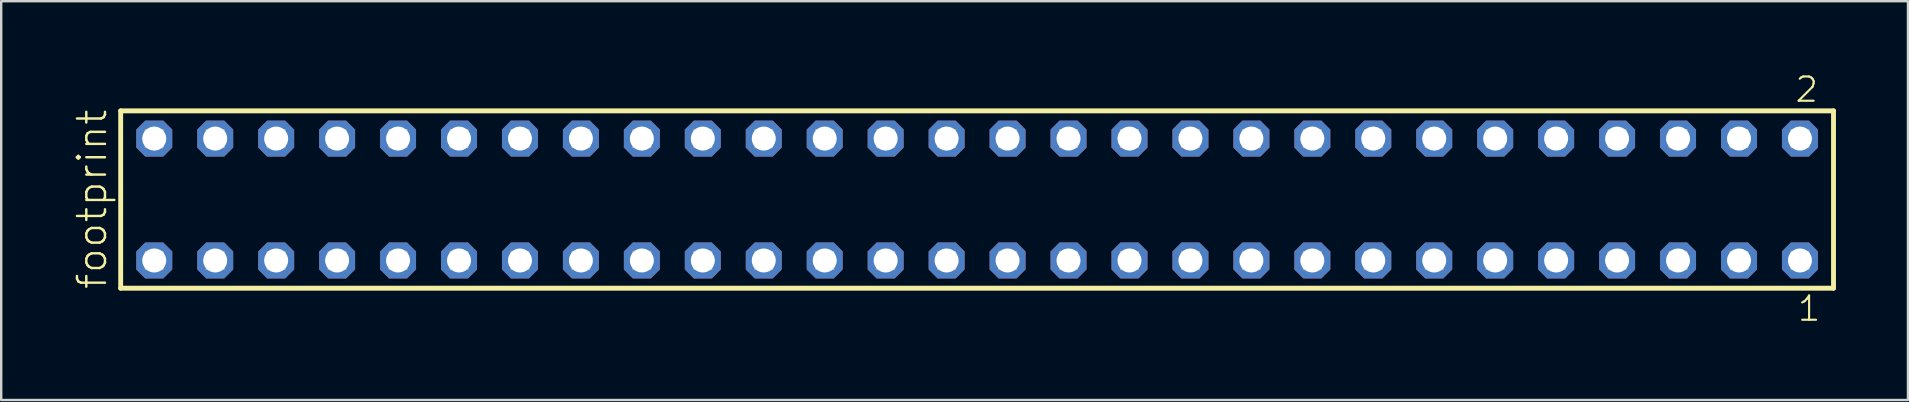
<source format=kicad_pcb>
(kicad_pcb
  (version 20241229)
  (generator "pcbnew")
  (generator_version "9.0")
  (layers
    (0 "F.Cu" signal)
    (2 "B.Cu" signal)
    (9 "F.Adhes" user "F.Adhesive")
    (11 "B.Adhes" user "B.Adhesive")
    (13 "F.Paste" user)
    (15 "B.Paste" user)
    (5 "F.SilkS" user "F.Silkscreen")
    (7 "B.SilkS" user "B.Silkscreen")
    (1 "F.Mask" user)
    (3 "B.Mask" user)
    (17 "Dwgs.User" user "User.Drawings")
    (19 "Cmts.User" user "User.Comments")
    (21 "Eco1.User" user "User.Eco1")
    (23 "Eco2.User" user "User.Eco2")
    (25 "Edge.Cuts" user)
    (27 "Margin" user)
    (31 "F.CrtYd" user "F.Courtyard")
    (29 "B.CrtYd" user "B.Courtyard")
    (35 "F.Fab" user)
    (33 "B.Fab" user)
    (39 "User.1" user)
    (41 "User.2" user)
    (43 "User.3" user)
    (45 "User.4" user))
  (footprint "footprint"
    (layer "F.Cu")
    (at 37.668 5.265)
    (property "Reference" "footprint" (at -36.195 3.81 90) (layer "F.SilkS") (effects (font (size 1.168 1.168) (thickness 0.102)) (justify left bottom)))
    (fp_line (start -35.689 -3.695) (end 35.689 -3.695) (stroke (width 0.203) (type solid)) (layer "F.SilkS"))
    (fp_line (start -35.689 3.695) (end -35.689 -3.695) (stroke (width 0.203) (type solid)) (layer "F.SilkS"))
    (fp_line (start 35.689 -3.695) (end 35.689 3.695) (stroke (width 0.203) (type solid)) (layer "F.SilkS"))
    (fp_line (start 35.689 3.695) (end -35.689 3.695) (stroke (width 0.203) (type solid)) (layer "F.SilkS"))
    (fp_poly (pts (xy -34.64 -2.19) (xy -33.94 -2.19) (xy -33.94 -2.89) (xy -34.64 -2.89)) (stroke (width 0.1) (type solid)) (fill no) (layer "F.Fab"))
    (fp_poly (pts (xy -34.64 2.89) (xy -33.94 2.89) (xy -33.94 2.19) (xy -34.64 2.19)) (stroke (width 0.1) (type solid)) (fill no) (layer "F.Fab"))
    (fp_poly (pts (xy -32.1 -2.19) (xy -31.4 -2.19) (xy -31.4 -2.89) (xy -32.1 -2.89)) (stroke (width 0.1) (type solid)) (fill no) (layer "F.Fab"))
    (fp_poly (pts (xy -32.1 2.89) (xy -31.4 2.89) (xy -31.4 2.19) (xy -32.1 2.19)) (stroke (width 0.1) (type solid)) (fill no) (layer "F.Fab"))
    (fp_poly (pts (xy -29.56 -2.19) (xy -28.86 -2.19) (xy -28.86 -2.89) (xy -29.56 -2.89)) (stroke (width 0.1) (type solid)) (fill no) (layer "F.Fab"))
    (fp_poly (pts (xy -29.56 2.89) (xy -28.86 2.89) (xy -28.86 2.19) (xy -29.56 2.19)) (stroke (width 0.1) (type solid)) (fill no) (layer "F.Fab"))
    (fp_poly (pts (xy -27.02 -2.19) (xy -26.32 -2.19) (xy -26.32 -2.89) (xy -27.02 -2.89)) (stroke (width 0.1) (type solid)) (fill no) (layer "F.Fab"))
    (fp_poly (pts (xy -27.02 2.89) (xy -26.32 2.89) (xy -26.32 2.19) (xy -27.02 2.19)) (stroke (width 0.1) (type solid)) (fill no) (layer "F.Fab"))
    (fp_poly (pts (xy -24.48 -2.19) (xy -23.78 -2.19) (xy -23.78 -2.89) (xy -24.48 -2.89)) (stroke (width 0.1) (type solid)) (fill no) (layer "F.Fab"))
    (fp_poly (pts (xy -24.48 2.89) (xy -23.78 2.89) (xy -23.78 2.19) (xy -24.48 2.19)) (stroke (width 0.1) (type solid)) (fill no) (layer "F.Fab"))
    (fp_poly (pts (xy -21.94 -2.19) (xy -21.24 -2.19) (xy -21.24 -2.89) (xy -21.94 -2.89)) (stroke (width 0.1) (type solid)) (fill no) (layer "F.Fab"))
    (fp_poly (pts (xy -21.94 2.89) (xy -21.24 2.89) (xy -21.24 2.19) (xy -21.94 2.19)) (stroke (width 0.1) (type solid)) (fill no) (layer "F.Fab"))
    (fp_poly (pts (xy -19.4 -2.19) (xy -18.7 -2.19) (xy -18.7 -2.89) (xy -19.4 -2.89)) (stroke (width 0.1) (type solid)) (fill no) (layer "F.Fab"))
    (fp_poly (pts (xy -19.4 2.89) (xy -18.7 2.89) (xy -18.7 2.19) (xy -19.4 2.19)) (stroke (width 0.1) (type solid)) (fill no) (layer "F.Fab"))
    (fp_poly (pts (xy -16.86 -2.19) (xy -16.16 -2.19) (xy -16.16 -2.89) (xy -16.86 -2.89)) (stroke (width 0.1) (type solid)) (fill no) (layer "F.Fab"))
    (fp_poly (pts (xy -16.86 2.89) (xy -16.16 2.89) (xy -16.16 2.19) (xy -16.86 2.19)) (stroke (width 0.1) (type solid)) (fill no) (layer "F.Fab"))
    (fp_poly (pts (xy -14.32 -2.19) (xy -13.62 -2.19) (xy -13.62 -2.89) (xy -14.32 -2.89)) (stroke (width 0.1) (type solid)) (fill no) (layer "F.Fab"))
    (fp_poly (pts (xy -14.32 2.89) (xy -13.62 2.89) (xy -13.62 2.19) (xy -14.32 2.19)) (stroke (width 0.1) (type solid)) (fill no) (layer "F.Fab"))
    (fp_poly (pts (xy -11.78 -2.19) (xy -11.08 -2.19) (xy -11.08 -2.89) (xy -11.78 -2.89)) (stroke (width 0.1) (type solid)) (fill no) (layer "F.Fab"))
    (fp_poly (pts (xy -11.78 2.89) (xy -11.08 2.89) (xy -11.08 2.19) (xy -11.78 2.19)) (stroke (width 0.1) (type solid)) (fill no) (layer "F.Fab"))
    (fp_poly (pts (xy -9.24 -2.19) (xy -8.54 -2.19) (xy -8.54 -2.89) (xy -9.24 -2.89)) (stroke (width 0.1) (type solid)) (fill no) (layer "F.Fab"))
    (fp_poly (pts (xy -9.24 2.89) (xy -8.54 2.89) (xy -8.54 2.19) (xy -9.24 2.19)) (stroke (width 0.1) (type solid)) (fill no) (layer "F.Fab"))
    (fp_poly (pts (xy -6.7 -2.19) (xy -6 -2.19) (xy -6 -2.89) (xy -6.7 -2.89)) (stroke (width 0.1) (type solid)) (fill no) (layer "F.Fab"))
    (fp_poly (pts (xy -6.7 2.89) (xy -6 2.89) (xy -6 2.19) (xy -6.7 2.19)) (stroke (width 0.1) (type solid)) (fill no) (layer "F.Fab"))
    (fp_poly (pts (xy -4.16 -2.19) (xy -3.46 -2.19) (xy -3.46 -2.89) (xy -4.16 -2.89)) (stroke (width 0.1) (type solid)) (fill no) (layer "F.Fab"))
    (fp_poly (pts (xy -4.16 2.89) (xy -3.46 2.89) (xy -3.46 2.19) (xy -4.16 2.19)) (stroke (width 0.1) (type solid)) (fill no) (layer "F.Fab"))
    (fp_poly (pts (xy -1.62 -2.19) (xy -0.92 -2.19) (xy -0.92 -2.89) (xy -1.62 -2.89)) (stroke (width 0.1) (type solid)) (fill no) (layer "F.Fab"))
    (fp_poly (pts (xy -1.62 2.89) (xy -0.92 2.89) (xy -0.92 2.19) (xy -1.62 2.19)) (stroke (width 0.1) (type solid)) (fill no) (layer "F.Fab"))
    (fp_poly (pts (xy 0.92 -2.19) (xy 1.62 -2.19) (xy 1.62 -2.89) (xy 0.92 -2.89)) (stroke (width 0.1) (type solid)) (fill no) (layer "F.Fab"))
    (fp_poly (pts (xy 0.92 2.89) (xy 1.62 2.89) (xy 1.62 2.19) (xy 0.92 2.19)) (stroke (width 0.1) (type solid)) (fill no) (layer "F.Fab"))
    (fp_poly (pts (xy 3.46 -2.19) (xy 4.16 -2.19) (xy 4.16 -2.89) (xy 3.46 -2.89)) (stroke (width 0.1) (type solid)) (fill no) (layer "F.Fab"))
    (fp_poly (pts (xy 3.46 2.89) (xy 4.16 2.89) (xy 4.16 2.19) (xy 3.46 2.19)) (stroke (width 0.1) (type solid)) (fill no) (layer "F.Fab"))
    (fp_poly (pts (xy 6 -2.19) (xy 6.7 -2.19) (xy 6.7 -2.89) (xy 6 -2.89)) (stroke (width 0.1) (type solid)) (fill no) (layer "F.Fab"))
    (fp_poly (pts (xy 6 2.89) (xy 6.7 2.89) (xy 6.7 2.19) (xy 6 2.19)) (stroke (width 0.1) (type solid)) (fill no) (layer "F.Fab"))
    (fp_poly (pts (xy 8.54 -2.19) (xy 9.24 -2.19) (xy 9.24 -2.89) (xy 8.54 -2.89)) (stroke (width 0.1) (type solid)) (fill no) (layer "F.Fab"))
    (fp_poly (pts (xy 8.54 2.89) (xy 9.24 2.89) (xy 9.24 2.19) (xy 8.54 2.19)) (stroke (width 0.1) (type solid)) (fill no) (layer "F.Fab"))
    (fp_poly (pts (xy 11.08 -2.19) (xy 11.78 -2.19) (xy 11.78 -2.89) (xy 11.08 -2.89)) (stroke (width 0.1) (type solid)) (fill no) (layer "F.Fab"))
    (fp_poly (pts (xy 11.08 2.89) (xy 11.78 2.89) (xy 11.78 2.19) (xy 11.08 2.19)) (stroke (width 0.1) (type solid)) (fill no) (layer "F.Fab"))
    (fp_poly (pts (xy 13.62 -2.19) (xy 14.32 -2.19) (xy 14.32 -2.89) (xy 13.62 -2.89)) (stroke (width 0.1) (type solid)) (fill no) (layer "F.Fab"))
    (fp_poly (pts (xy 13.62 2.89) (xy 14.32 2.89) (xy 14.32 2.19) (xy 13.62 2.19)) (stroke (width 0.1) (type solid)) (fill no) (layer "F.Fab"))
    (fp_poly (pts (xy 16.16 -2.19) (xy 16.86 -2.19) (xy 16.86 -2.89) (xy 16.16 -2.89)) (stroke (width 0.1) (type solid)) (fill no) (layer "F.Fab"))
    (fp_poly (pts (xy 16.16 2.89) (xy 16.86 2.89) (xy 16.86 2.19) (xy 16.16 2.19)) (stroke (width 0.1) (type solid)) (fill no) (layer "F.Fab"))
    (fp_poly (pts (xy 18.7 -2.19) (xy 19.4 -2.19) (xy 19.4 -2.89) (xy 18.7 -2.89)) (stroke (width 0.1) (type solid)) (fill no) (layer "F.Fab"))
    (fp_poly (pts (xy 18.7 2.89) (xy 19.4 2.89) (xy 19.4 2.19) (xy 18.7 2.19)) (stroke (width 0.1) (type solid)) (fill no) (layer "F.Fab"))
    (fp_poly (pts (xy 21.24 -2.19) (xy 21.94 -2.19) (xy 21.94 -2.89) (xy 21.24 -2.89)) (stroke (width 0.1) (type solid)) (fill no) (layer "F.Fab"))
    (fp_poly (pts (xy 21.24 2.89) (xy 21.94 2.89) (xy 21.94 2.19) (xy 21.24 2.19)) (stroke (width 0.1) (type solid)) (fill no) (layer "F.Fab"))
    (fp_poly (pts (xy 23.78 -2.19) (xy 24.48 -2.19) (xy 24.48 -2.89) (xy 23.78 -2.89)) (stroke (width 0.1) (type solid)) (fill no) (layer "F.Fab"))
    (fp_poly (pts (xy 23.78 2.89) (xy 24.48 2.89) (xy 24.48 2.19) (xy 23.78 2.19)) (stroke (width 0.1) (type solid)) (fill no) (layer "F.Fab"))
    (fp_poly (pts (xy 26.32 -2.19) (xy 27.02 -2.19) (xy 27.02 -2.89) (xy 26.32 -2.89)) (stroke (width 0.1) (type solid)) (fill no) (layer "F.Fab"))
    (fp_poly (pts (xy 26.32 2.89) (xy 27.02 2.89) (xy 27.02 2.19) (xy 26.32 2.19)) (stroke (width 0.1) (type solid)) (fill no) (layer "F.Fab"))
    (fp_poly (pts (xy 28.86 -2.19) (xy 29.56 -2.19) (xy 29.56 -2.89) (xy 28.86 -2.89)) (stroke (width 0.1) (type solid)) (fill no) (layer "F.Fab"))
    (fp_poly (pts (xy 28.86 2.89) (xy 29.56 2.89) (xy 29.56 2.19) (xy 28.86 2.19)) (stroke (width 0.1) (type solid)) (fill no) (layer "F.Fab"))
    (fp_poly (pts (xy 31.4 -2.19) (xy 32.1 -2.19) (xy 32.1 -2.89) (xy 31.4 -2.89)) (stroke (width 0.1) (type solid)) (fill no) (layer "F.Fab"))
    (fp_poly (pts (xy 31.4 2.89) (xy 32.1 2.89) (xy 32.1 2.19) (xy 31.4 2.19)) (stroke (width 0.1) (type solid)) (fill no) (layer "F.Fab"))
    (fp_poly (pts (xy 33.94 -2.19) (xy 34.64 -2.19) (xy 34.64 -2.89) (xy 33.94 -2.89)) (stroke (width 0.1) (type solid)) (fill no) (layer "F.Fab"))
    (fp_poly (pts (xy 33.94 2.89) (xy 34.64 2.89) (xy 34.64 2.19) (xy 33.94 2.19)) (stroke (width 0.1) (type solid)) (fill no) (layer "F.Fab"))
    (fp_text user "1" (at 34.132 5.138 0) (layer "F.SilkS") (effects (font (size 1.012 1.012) (thickness 0.088)) (justify left bottom)))
    (fp_text user "2" (at 34.032 -3.989 0) (layer "F.SilkS") (effects (font (size 1.012 1.012) (thickness 0.088)) (justify left bottom)))
    (pad "1" thru_hole roundrect (at 34.29 2.54 180) (size 1.5 1.5) (drill 1) (layers "*.Cu" "*.Mask") (roundrect_rratio 0.25) (chamfer_ratio 0.25) (chamfer top_left top_right bottom_left bottom_right))
    (pad "2" thru_hole roundrect (at 34.29 -2.54 180) (size 1.5 1.5) (drill 1) (layers "*.Cu" "*.Mask") (roundrect_rratio 0.25) (chamfer_ratio 0.25) (chamfer top_left top_right bottom_left bottom_right))
    (pad "3" thru_hole roundrect (at 31.75 2.54 180) (size 1.5 1.5) (drill 1) (layers "*.Cu" "*.Mask") (roundrect_rratio 0.25) (chamfer_ratio 0.25) (chamfer top_left top_right bottom_left bottom_right))
    (pad "4" thru_hole roundrect (at 31.75 -2.54 180) (size 1.5 1.5) (drill 1) (layers "*.Cu" "*.Mask") (roundrect_rratio 0.25) (chamfer_ratio 0.25) (chamfer top_left top_right bottom_left bottom_right))
    (pad "5" thru_hole roundrect (at 29.21 2.54 180) (size 1.5 1.5) (drill 1) (layers "*.Cu" "*.Mask") (roundrect_rratio 0.25) (chamfer_ratio 0.25) (chamfer top_left top_right bottom_left bottom_right))
    (pad "6" thru_hole roundrect (at 29.21 -2.54 180) (size 1.5 1.5) (drill 1) (layers "*.Cu" "*.Mask") (roundrect_rratio 0.25) (chamfer_ratio 0.25) (chamfer top_left top_right bottom_left bottom_right))
    (pad "7" thru_hole roundrect (at 26.67 2.54 180) (size 1.5 1.5) (drill 1) (layers "*.Cu" "*.Mask") (roundrect_rratio 0.25) (chamfer_ratio 0.25) (chamfer top_left top_right bottom_left bottom_right))
    (pad "8" thru_hole roundrect (at 26.67 -2.54 180) (size 1.5 1.5) (drill 1) (layers "*.Cu" "*.Mask") (roundrect_rratio 0.25) (chamfer_ratio 0.25) (chamfer top_left top_right bottom_left bottom_right))
    (pad "9" thru_hole roundrect (at 24.13 2.54 180) (size 1.5 1.5) (drill 1) (layers "*.Cu" "*.Mask") (roundrect_rratio 0.25) (chamfer_ratio 0.25) (chamfer top_left top_right bottom_left bottom_right))
    (pad "10" thru_hole roundrect (at 24.13 -2.54 180) (size 1.5 1.5) (drill 1) (layers "*.Cu" "*.Mask") (roundrect_rratio 0.25) (chamfer_ratio 0.25) (chamfer top_left top_right bottom_left bottom_right))
    (pad "11" thru_hole roundrect (at 21.59 2.54 180) (size 1.5 1.5) (drill 1) (layers "*.Cu" "*.Mask") (roundrect_rratio 0.25) (chamfer_ratio 0.25) (chamfer top_left top_right bottom_left bottom_right))
    (pad "12" thru_hole roundrect (at 21.59 -2.54 180) (size 1.5 1.5) (drill 1) (layers "*.Cu" "*.Mask") (roundrect_rratio 0.25) (chamfer_ratio 0.25) (chamfer top_left top_right bottom_left bottom_right))
    (pad "13" thru_hole roundrect (at 19.05 2.54 180) (size 1.5 1.5) (drill 1) (layers "*.Cu" "*.Mask") (roundrect_rratio 0.25) (chamfer_ratio 0.25) (chamfer top_left top_right bottom_left bottom_right))
    (pad "14" thru_hole roundrect (at 19.05 -2.54 180) (size 1.5 1.5) (drill 1) (layers "*.Cu" "*.Mask") (roundrect_rratio 0.25) (chamfer_ratio 0.25) (chamfer top_left top_right bottom_left bottom_right))
    (pad "15" thru_hole roundrect (at 16.51 2.54 180) (size 1.5 1.5) (drill 1) (layers "*.Cu" "*.Mask") (roundrect_rratio 0.25) (chamfer_ratio 0.25) (chamfer top_left top_right bottom_left bottom_right))
    (pad "16" thru_hole roundrect (at 16.51 -2.54 180) (size 1.5 1.5) (drill 1) (layers "*.Cu" "*.Mask") (roundrect_rratio 0.25) (chamfer_ratio 0.25) (chamfer top_left top_right bottom_left bottom_right))
    (pad "17" thru_hole roundrect (at 13.97 2.54 180) (size 1.5 1.5) (drill 1) (layers "*.Cu" "*.Mask") (roundrect_rratio 0.25) (chamfer_ratio 0.25) (chamfer top_left top_right bottom_left bottom_right))
    (pad "18" thru_hole roundrect (at 13.97 -2.54 180) (size 1.5 1.5) (drill 1) (layers "*.Cu" "*.Mask") (roundrect_rratio 0.25) (chamfer_ratio 0.25) (chamfer top_left top_right bottom_left bottom_right))
    (pad "19" thru_hole roundrect (at 11.43 2.54 180) (size 1.5 1.5) (drill 1) (layers "*.Cu" "*.Mask") (roundrect_rratio 0.25) (chamfer_ratio 0.25) (chamfer top_left top_right bottom_left bottom_right))
    (pad "20" thru_hole roundrect (at 11.43 -2.54 180) (size 1.5 1.5) (drill 1) (layers "*.Cu" "*.Mask") (roundrect_rratio 0.25) (chamfer_ratio 0.25) (chamfer top_left top_right bottom_left bottom_right))
    (pad "21" thru_hole roundrect (at 8.89 2.54 180) (size 1.5 1.5) (drill 1) (layers "*.Cu" "*.Mask") (roundrect_rratio 0.25) (chamfer_ratio 0.25) (chamfer top_left top_right bottom_left bottom_right))
    (pad "22" thru_hole roundrect (at 8.89 -2.54 180) (size 1.5 1.5) (drill 1) (layers "*.Cu" "*.Mask") (roundrect_rratio 0.25) (chamfer_ratio 0.25) (chamfer top_left top_right bottom_left bottom_right))
    (pad "23" thru_hole roundrect (at 6.35 2.54 180) (size 1.5 1.5) (drill 1) (layers "*.Cu" "*.Mask") (roundrect_rratio 0.25) (chamfer_ratio 0.25) (chamfer top_left top_right bottom_left bottom_right))
    (pad "24" thru_hole roundrect (at 6.35 -2.54 180) (size 1.5 1.5) (drill 1) (layers "*.Cu" "*.Mask") (roundrect_rratio 0.25) (chamfer_ratio 0.25) (chamfer top_left top_right bottom_left bottom_right))
    (pad "25" thru_hole roundrect (at 3.81 2.54 180) (size 1.5 1.5) (drill 1) (layers "*.Cu" "*.Mask") (roundrect_rratio 0.25) (chamfer_ratio 0.25) (chamfer top_left top_right bottom_left bottom_right))
    (pad "26" thru_hole roundrect (at 3.81 -2.54 180) (size 1.5 1.5) (drill 1) (layers "*.Cu" "*.Mask") (roundrect_rratio 0.25) (chamfer_ratio 0.25) (chamfer top_left top_right bottom_left bottom_right))
    (pad "27" thru_hole roundrect (at 1.27 2.54 180) (size 1.5 1.5) (drill 1) (layers "*.Cu" "*.Mask") (roundrect_rratio 0.25) (chamfer_ratio 0.25) (chamfer top_left top_right bottom_left bottom_right))
    (pad "28" thru_hole roundrect (at 1.27 -2.54 180) (size 1.5 1.5) (drill 1) (layers "*.Cu" "*.Mask") (roundrect_rratio 0.25) (chamfer_ratio 0.25) (chamfer top_left top_right bottom_left bottom_right))
    (pad "29" thru_hole roundrect (at -1.27 2.54 180) (size 1.5 1.5) (drill 1) (layers "*.Cu" "*.Mask") (roundrect_rratio 0.25) (chamfer_ratio 0.25) (chamfer top_left top_right bottom_left bottom_right))
    (pad "30" thru_hole roundrect (at -1.27 -2.54 180) (size 1.5 1.5) (drill 1) (layers "*.Cu" "*.Mask") (roundrect_rratio 0.25) (chamfer_ratio 0.25) (chamfer top_left top_right bottom_left bottom_right))
    (pad "31" thru_hole roundrect (at -3.81 2.54 180) (size 1.5 1.5) (drill 1) (layers "*.Cu" "*.Mask") (roundrect_rratio 0.25) (chamfer_ratio 0.25) (chamfer top_left top_right bottom_left bottom_right))
    (pad "32" thru_hole roundrect (at -3.81 -2.54 180) (size 1.5 1.5) (drill 1) (layers "*.Cu" "*.Mask") (roundrect_rratio 0.25) (chamfer_ratio 0.25) (chamfer top_left top_right bottom_left bottom_right))
    (pad "33" thru_hole roundrect (at -6.35 2.54 180) (size 1.5 1.5) (drill 1) (layers "*.Cu" "*.Mask") (roundrect_rratio 0.25) (chamfer_ratio 0.25) (chamfer top_left top_right bottom_left bottom_right))
    (pad "34" thru_hole roundrect (at -6.35 -2.54 180) (size 1.5 1.5) (drill 1) (layers "*.Cu" "*.Mask") (roundrect_rratio 0.25) (chamfer_ratio 0.25) (chamfer top_left top_right bottom_left bottom_right))
    (pad "35" thru_hole roundrect (at -8.89 2.54 180) (size 1.5 1.5) (drill 1) (layers "*.Cu" "*.Mask") (roundrect_rratio 0.25) (chamfer_ratio 0.25) (chamfer top_left top_right bottom_left bottom_right))
    (pad "36" thru_hole roundrect (at -8.89 -2.54 180) (size 1.5 1.5) (drill 1) (layers "*.Cu" "*.Mask") (roundrect_rratio 0.25) (chamfer_ratio 0.25) (chamfer top_left top_right bottom_left bottom_right))
    (pad "37" thru_hole roundrect (at -11.43 2.54 180) (size 1.5 1.5) (drill 1) (layers "*.Cu" "*.Mask") (roundrect_rratio 0.25) (chamfer_ratio 0.25) (chamfer top_left top_right bottom_left bottom_right))
    (pad "38" thru_hole roundrect (at -11.43 -2.54 180) (size 1.5 1.5) (drill 1) (layers "*.Cu" "*.Mask") (roundrect_rratio 0.25) (chamfer_ratio 0.25) (chamfer top_left top_right bottom_left bottom_right))
    (pad "39" thru_hole roundrect (at -13.97 2.54 180) (size 1.5 1.5) (drill 1) (layers "*.Cu" "*.Mask") (roundrect_rratio 0.25) (chamfer_ratio 0.25) (chamfer top_left top_right bottom_left bottom_right))
    (pad "40" thru_hole roundrect (at -13.97 -2.54 180) (size 1.5 1.5) (drill 1) (layers "*.Cu" "*.Mask") (roundrect_rratio 0.25) (chamfer_ratio 0.25) (chamfer top_left top_right bottom_left bottom_right))
    (pad "41" thru_hole roundrect (at -16.51 2.54 180) (size 1.5 1.5) (drill 1) (layers "*.Cu" "*.Mask") (roundrect_rratio 0.25) (chamfer_ratio 0.25) (chamfer top_left top_right bottom_left bottom_right))
    (pad "42" thru_hole roundrect (at -16.51 -2.54 180) (size 1.5 1.5) (drill 1) (layers "*.Cu" "*.Mask") (roundrect_rratio 0.25) (chamfer_ratio 0.25) (chamfer top_left top_right bottom_left bottom_right))
    (pad "43" thru_hole roundrect (at -19.05 2.54 180) (size 1.5 1.5) (drill 1) (layers "*.Cu" "*.Mask") (roundrect_rratio 0.25) (chamfer_ratio 0.25) (chamfer top_left top_right bottom_left bottom_right))
    (pad "44" thru_hole roundrect (at -19.05 -2.54 180) (size 1.5 1.5) (drill 1) (layers "*.Cu" "*.Mask") (roundrect_rratio 0.25) (chamfer_ratio 0.25) (chamfer top_left top_right bottom_left bottom_right))
    (pad "45" thru_hole roundrect (at -21.59 2.54 180) (size 1.5 1.5) (drill 1) (layers "*.Cu" "*.Mask") (roundrect_rratio 0.25) (chamfer_ratio 0.25) (chamfer top_left top_right bottom_left bottom_right))
    (pad "46" thru_hole roundrect (at -21.59 -2.54 180) (size 1.5 1.5) (drill 1) (layers "*.Cu" "*.Mask") (roundrect_rratio 0.25) (chamfer_ratio 0.25) (chamfer top_left top_right bottom_left bottom_right))
    (pad "47" thru_hole roundrect (at -24.13 2.54 180) (size 1.5 1.5) (drill 1) (layers "*.Cu" "*.Mask") (roundrect_rratio 0.25) (chamfer_ratio 0.25) (chamfer top_left top_right bottom_left bottom_right))
    (pad "48" thru_hole roundrect (at -24.13 -2.54 180) (size 1.5 1.5) (drill 1) (layers "*.Cu" "*.Mask") (roundrect_rratio 0.25) (chamfer_ratio 0.25) (chamfer top_left top_right bottom_left bottom_right))
    (pad "49" thru_hole roundrect (at -26.67 2.54 180) (size 1.5 1.5) (drill 1) (layers "*.Cu" "*.Mask") (roundrect_rratio 0.25) (chamfer_ratio 0.25) (chamfer top_left top_right bottom_left bottom_right))
    (pad "50" thru_hole roundrect (at -26.67 -2.54 180) (size 1.5 1.5) (drill 1) (layers "*.Cu" "*.Mask") (roundrect_rratio 0.25) (chamfer_ratio 0.25) (chamfer top_left top_right bottom_left bottom_right))
    (pad "51" thru_hole roundrect (at -29.21 2.54 180) (size 1.5 1.5) (drill 1) (layers "*.Cu" "*.Mask") (roundrect_rratio 0.25) (chamfer_ratio 0.25) (chamfer top_left top_right bottom_left bottom_right))
    (pad "52" thru_hole roundrect (at -29.21 -2.54 180) (size 1.5 1.5) (drill 1) (layers "*.Cu" "*.Mask") (roundrect_rratio 0.25) (chamfer_ratio 0.25) (chamfer top_left top_right bottom_left bottom_right))
    (pad "53" thru_hole roundrect (at -31.75 2.54 180) (size 1.5 1.5) (drill 1) (layers "*.Cu" "*.Mask") (roundrect_rratio 0.25) (chamfer_ratio 0.25) (chamfer top_left top_right bottom_left bottom_right))
    (pad "54" thru_hole roundrect (at -31.75 -2.54 180) (size 1.5 1.5) (drill 1) (layers "*.Cu" "*.Mask") (roundrect_rratio 0.25) (chamfer_ratio 0.25) (chamfer top_left top_right bottom_left bottom_right))
    (pad "55" thru_hole roundrect (at -34.29 2.54 180) (size 1.5 1.5) (drill 1) (layers "*.Cu" "*.Mask") (roundrect_rratio 0.25) (chamfer_ratio 0.25) (chamfer top_left top_right bottom_left bottom_right))
    (pad "56" thru_hole roundrect (at -34.29 -2.54 180) (size 1.5 1.5) (drill 1) (layers "*.Cu" "*.Mask") (roundrect_rratio 0.25) (chamfer_ratio 0.25) (chamfer top_left top_right bottom_left bottom_right)))
  (gr_rect
    (start -3 -3)
    (end 76.459 13.62)
    (stroke (width 0.1) (type default))
    (fill no)
    (layer "Edge.Cuts")))
</source>
